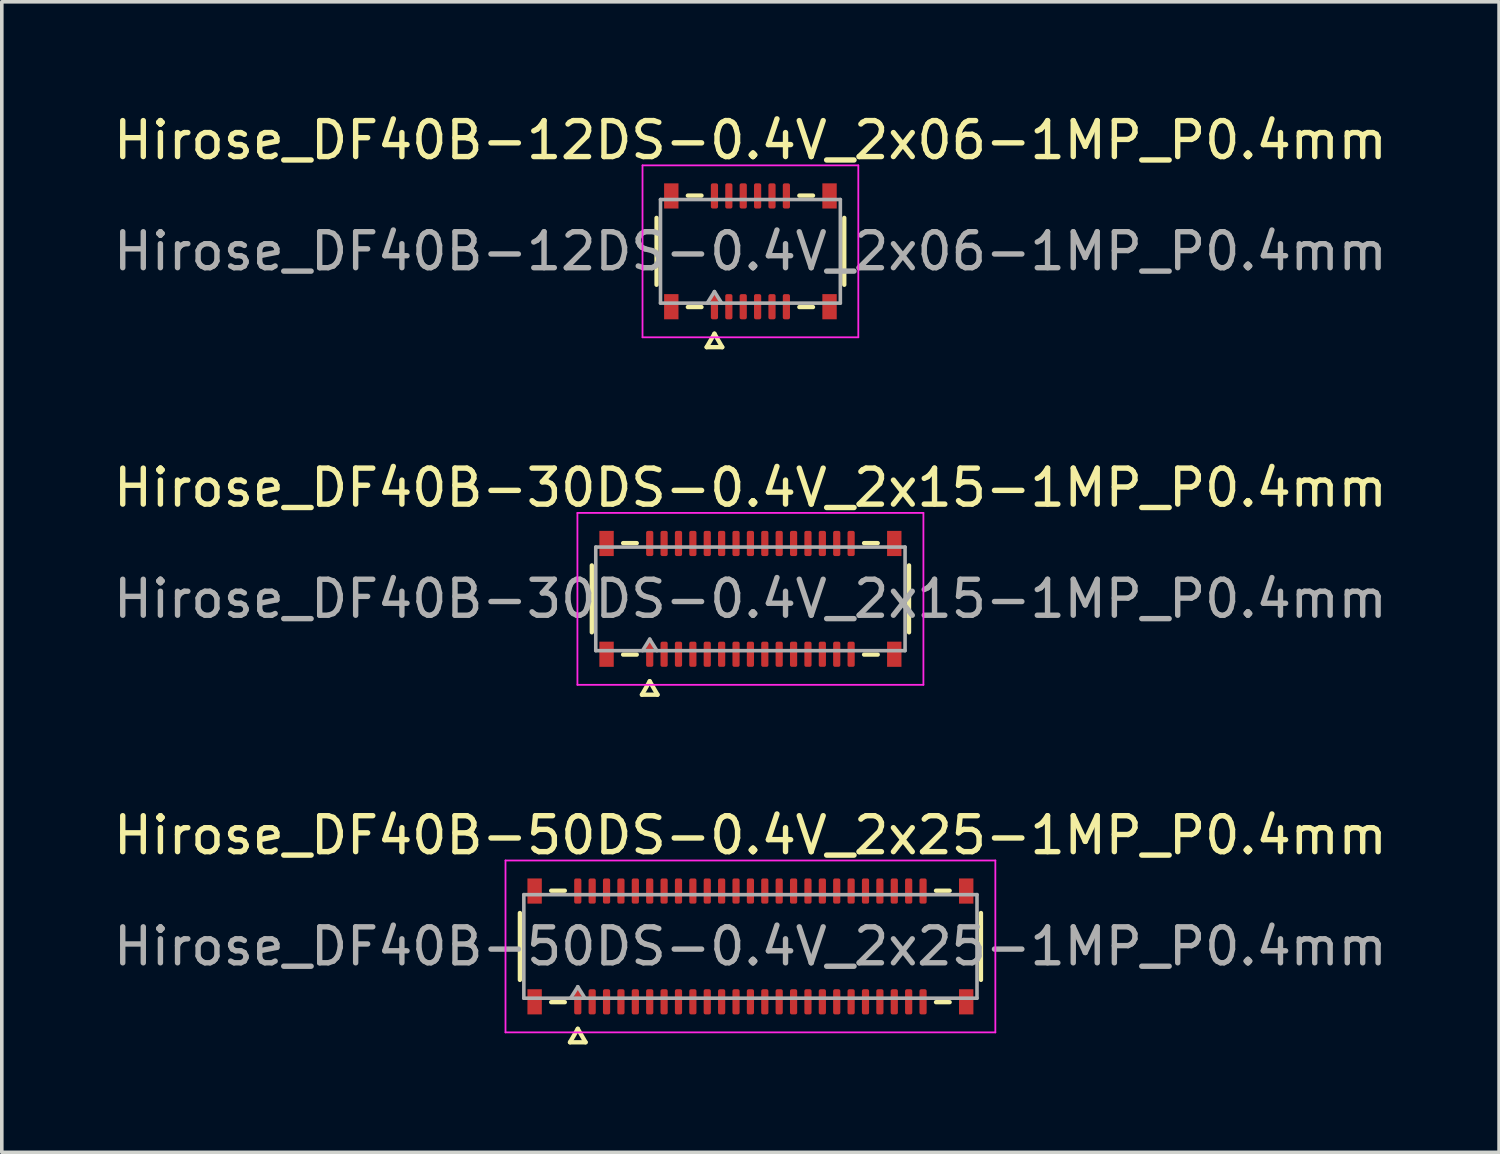
<source format=kicad_pcb>
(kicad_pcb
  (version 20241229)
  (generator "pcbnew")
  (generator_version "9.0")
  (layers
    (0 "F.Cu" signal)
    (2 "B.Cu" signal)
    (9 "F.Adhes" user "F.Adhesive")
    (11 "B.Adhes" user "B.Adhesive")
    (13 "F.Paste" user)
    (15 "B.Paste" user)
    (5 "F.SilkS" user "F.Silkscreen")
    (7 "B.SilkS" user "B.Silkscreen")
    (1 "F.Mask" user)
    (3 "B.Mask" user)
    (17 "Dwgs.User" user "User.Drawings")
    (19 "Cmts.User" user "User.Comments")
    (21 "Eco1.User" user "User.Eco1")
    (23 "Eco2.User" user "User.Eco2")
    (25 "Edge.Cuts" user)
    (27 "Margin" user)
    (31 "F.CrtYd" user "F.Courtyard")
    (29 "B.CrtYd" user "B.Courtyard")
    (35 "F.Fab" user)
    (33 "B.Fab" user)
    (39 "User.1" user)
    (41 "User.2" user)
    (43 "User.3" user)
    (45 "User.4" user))
  (footprint "Hirose_DF40B-12DS-0.4V_2x06-1MP_P0.4mm"
    (layer "F.Cu")
    (at 17.815 3.938)
    (property "Reference" "Hirose_DF40B-12DS-0.4V_2x06-1MP_P0.4mm" (at 0 -3.09 0) (layer "F.SilkS") (effects (font (size 1 1) (thickness 0.15))))
    (attr smd)
    (fp_line (start -2.61 0.93) (end -2.61 -0.93) (stroke (width 0.12) (type solid)) (layer "F.SilkS"))
    (fp_line (start -1.74 -1.55) (end -1.36 -1.55) (stroke (width 0.12) (type solid)) (layer "F.SilkS"))
    (fp_line (start -1.36 1.55) (end -1.74 1.55) (stroke (width 0.12) (type solid)) (layer "F.SilkS"))
    (fp_line (start -1.217 2.665) (end -1 2.29) (stroke (width 0.12) (type solid)) (layer "F.SilkS"))
    (fp_line (start -1 2.29) (end -0.783 2.665) (stroke (width 0.12) (type solid)) (layer "F.SilkS"))
    (fp_line (start -0.783 2.665) (end -1.217 2.665) (stroke (width 0.12) (type solid)) (layer "F.SilkS"))
    (fp_line (start 1.36 -1.55) (end 1.74 -1.55) (stroke (width 0.12) (type solid)) (layer "F.SilkS"))
    (fp_line (start 1.74 1.55) (end 1.36 1.55) (stroke (width 0.12) (type solid)) (layer "F.SilkS"))
    (fp_line (start 2.61 -0.93) (end 2.61 0.93) (stroke (width 0.12) (type solid)) (layer "F.SilkS"))
    (fp_line (start -3 -2.39) (end -3 2.39) (stroke (width 0.05) (type solid)) (layer "F.CrtYd"))
    (fp_line (start -3 2.39) (end 3 2.39) (stroke (width 0.05) (type solid)) (layer "F.CrtYd"))
    (fp_line (start 3 -2.39) (end -3 -2.39) (stroke (width 0.05) (type solid)) (layer "F.CrtYd"))
    (fp_line (start 3 2.39) (end 3 -2.39) (stroke (width 0.05) (type solid)) (layer "F.CrtYd"))
    (fp_line (start -2.5 -1.44) (end 2.5 -1.44) (stroke (width 0.1) (type solid)) (layer "F.Fab"))
    (fp_line (start -2.5 1.44) (end -2.5 -1.44) (stroke (width 0.1) (type solid)) (layer "F.Fab"))
    (fp_line (start -1.2 1.44) (end -1 1.12) (stroke (width 0.1) (type solid)) (layer "F.Fab"))
    (fp_line (start -1 1.12) (end -0.8 1.44) (stroke (width 0.1) (type solid)) (layer "F.Fab"))
    (fp_line (start 2.5 -1.44) (end 2.5 1.44) (stroke (width 0.1) (type solid)) (layer "F.Fab"))
    (fp_line (start 2.5 1.44) (end -2.5 1.44) (stroke (width 0.1) (type solid)) (layer "F.Fab"))
    (fp_text user "${REFERENCE}" (at 0 0 0) (layer "F.Fab") (effects (font (size 1 1) (thickness 0.15))))
    (pad "1" smd roundrect (at -1 1.54) (size 0.2 0.7) (layers "F.Cu" "F.Mask" "F.Paste") (roundrect_rratio 0.25))
    (pad "2" smd roundrect (at -1 -1.54) (size 0.2 0.7) (layers "F.Cu" "F.Mask" "F.Paste") (roundrect_rratio 0.25))
    (pad "3" smd roundrect (at -0.6 1.54) (size 0.2 0.7) (layers "F.Cu" "F.Mask" "F.Paste") (roundrect_rratio 0.25))
    (pad "4" smd roundrect (at -0.6 -1.54) (size 0.2 0.7) (layers "F.Cu" "F.Mask" "F.Paste") (roundrect_rratio 0.25))
    (pad "5" smd roundrect (at -0.2 1.54) (size 0.2 0.7) (layers "F.Cu" "F.Mask" "F.Paste") (roundrect_rratio 0.25))
    (pad "6" smd roundrect (at -0.2 -1.54) (size 0.2 0.7) (layers "F.Cu" "F.Mask" "F.Paste") (roundrect_rratio 0.25))
    (pad "7" smd roundrect (at 0.2 1.54) (size 0.2 0.7) (layers "F.Cu" "F.Mask" "F.Paste") (roundrect_rratio 0.25))
    (pad "8" smd roundrect (at 0.2 -1.54) (size 0.2 0.7) (layers "F.Cu" "F.Mask" "F.Paste") (roundrect_rratio 0.25))
    (pad "9" smd roundrect (at 0.6 1.54) (size 0.2 0.7) (layers "F.Cu" "F.Mask" "F.Paste") (roundrect_rratio 0.25))
    (pad "10" smd roundrect (at 0.6 -1.54) (size 0.2 0.7) (layers "F.Cu" "F.Mask" "F.Paste") (roundrect_rratio 0.25))
    (pad "11" smd roundrect (at 1 1.54) (size 0.2 0.7) (layers "F.Cu" "F.Mask" "F.Paste") (roundrect_rratio 0.25))
    (pad "12" smd roundrect (at 1 -1.54) (size 0.2 0.7) (layers "F.Cu" "F.Mask" "F.Paste") (roundrect_rratio 0.25))
    (pad "MP" smd rect (at -2.2 -1.54) (size 0.4 0.7) (layers "F.Cu" "F.Mask" "F.Paste"))
    (pad "MP" smd rect (at -2.2 1.54) (size 0.4 0.7) (layers "F.Cu" "F.Mask" "F.Paste"))
    (pad "MP" smd rect (at 2.2 -1.54) (size 0.4 0.7) (layers "F.Cu" "F.Mask" "F.Paste"))
    (pad "MP" smd rect (at 2.2 1.54) (size 0.4 0.7) (layers "F.Cu" "F.Mask" "F.Paste")))
  (footprint "Hirose_DF40B-30DS-0.4V_2x15-1MP_P0.4mm"
    (layer "F.Cu")
    (at 17.815 13.601)
    (property "Reference" "Hirose_DF40B-30DS-0.4V_2x15-1MP_P0.4mm" (at 0 -3.09 0) (layer "F.SilkS") (effects (font (size 1 1) (thickness 0.15))))
    (attr smd)
    (fp_line (start -4.41 0.93) (end -4.41 -0.93) (stroke (width 0.12) (type solid)) (layer "F.SilkS"))
    (fp_line (start -3.54 -1.55) (end -3.16 -1.55) (stroke (width 0.12) (type solid)) (layer "F.SilkS"))
    (fp_line (start -3.16 1.55) (end -3.54 1.55) (stroke (width 0.12) (type solid)) (layer "F.SilkS"))
    (fp_line (start -3.017 2.665) (end -2.8 2.29) (stroke (width 0.12) (type solid)) (layer "F.SilkS"))
    (fp_line (start -2.8 2.29) (end -2.583 2.665) (stroke (width 0.12) (type solid)) (layer "F.SilkS"))
    (fp_line (start -2.583 2.665) (end -3.017 2.665) (stroke (width 0.12) (type solid)) (layer "F.SilkS"))
    (fp_line (start 3.16 -1.55) (end 3.54 -1.55) (stroke (width 0.12) (type solid)) (layer "F.SilkS"))
    (fp_line (start 3.54 1.55) (end 3.16 1.55) (stroke (width 0.12) (type solid)) (layer "F.SilkS"))
    (fp_line (start 4.41 -0.93) (end 4.41 0.93) (stroke (width 0.12) (type solid)) (layer "F.SilkS"))
    (fp_line (start -4.81 -2.39) (end -4.81 2.39) (stroke (width 0.05) (type solid)) (layer "F.CrtYd"))
    (fp_line (start -4.81 2.39) (end 4.81 2.39) (stroke (width 0.05) (type solid)) (layer "F.CrtYd"))
    (fp_line (start 4.81 -2.39) (end -4.81 -2.39) (stroke (width 0.05) (type solid)) (layer "F.CrtYd"))
    (fp_line (start 4.81 2.39) (end 4.81 -2.39) (stroke (width 0.05) (type solid)) (layer "F.CrtYd"))
    (fp_line (start -4.3 -1.44) (end 4.3 -1.44) (stroke (width 0.1) (type solid)) (layer "F.Fab"))
    (fp_line (start -4.3 1.44) (end -4.3 -1.44) (stroke (width 0.1) (type solid)) (layer "F.Fab"))
    (fp_line (start -3 1.44) (end -2.8 1.12) (stroke (width 0.1) (type solid)) (layer "F.Fab"))
    (fp_line (start -2.8 1.12) (end -2.6 1.44) (stroke (width 0.1) (type solid)) (layer "F.Fab"))
    (fp_line (start 4.3 -1.44) (end 4.3 1.44) (stroke (width 0.1) (type solid)) (layer "F.Fab"))
    (fp_line (start 4.3 1.44) (end -4.3 1.44) (stroke (width 0.1) (type solid)) (layer "F.Fab"))
    (fp_text user "${REFERENCE}" (at 0 0 0) (layer "F.Fab") (effects (font (size 1 1) (thickness 0.15))))
    (pad "1" smd roundrect (at -2.8 1.54) (size 0.2 0.7) (layers "F.Cu" "F.Mask" "F.Paste") (roundrect_rratio 0.25))
    (pad "2" smd roundrect (at -2.8 -1.54) (size 0.2 0.7) (layers "F.Cu" "F.Mask" "F.Paste") (roundrect_rratio 0.25))
    (pad "3" smd roundrect (at -2.4 1.54) (size 0.2 0.7) (layers "F.Cu" "F.Mask" "F.Paste") (roundrect_rratio 0.25))
    (pad "4" smd roundrect (at -2.4 -1.54) (size 0.2 0.7) (layers "F.Cu" "F.Mask" "F.Paste") (roundrect_rratio 0.25))
    (pad "5" smd roundrect (at -2 1.54) (size 0.2 0.7) (layers "F.Cu" "F.Mask" "F.Paste") (roundrect_rratio 0.25))
    (pad "6" smd roundrect (at -2 -1.54) (size 0.2 0.7) (layers "F.Cu" "F.Mask" "F.Paste") (roundrect_rratio 0.25))
    (pad "7" smd roundrect (at -1.6 1.54) (size 0.2 0.7) (layers "F.Cu" "F.Mask" "F.Paste") (roundrect_rratio 0.25))
    (pad "8" smd roundrect (at -1.6 -1.54) (size 0.2 0.7) (layers "F.Cu" "F.Mask" "F.Paste") (roundrect_rratio 0.25))
    (pad "9" smd roundrect (at -1.2 1.54) (size 0.2 0.7) (layers "F.Cu" "F.Mask" "F.Paste") (roundrect_rratio 0.25))
    (pad "10" smd roundrect (at -1.2 -1.54) (size 0.2 0.7) (layers "F.Cu" "F.Mask" "F.Paste") (roundrect_rratio 0.25))
    (pad "11" smd roundrect (at -0.8 1.54) (size 0.2 0.7) (layers "F.Cu" "F.Mask" "F.Paste") (roundrect_rratio 0.25))
    (pad "12" smd roundrect (at -0.8 -1.54) (size 0.2 0.7) (layers "F.Cu" "F.Mask" "F.Paste") (roundrect_rratio 0.25))
    (pad "13" smd roundrect (at -0.4 1.54) (size 0.2 0.7) (layers "F.Cu" "F.Mask" "F.Paste") (roundrect_rratio 0.25))
    (pad "14" smd roundrect (at -0.4 -1.54) (size 0.2 0.7) (layers "F.Cu" "F.Mask" "F.Paste") (roundrect_rratio 0.25))
    (pad "15" smd roundrect (at 0 1.54) (size 0.2 0.7) (layers "F.Cu" "F.Mask" "F.Paste") (roundrect_rratio 0.25))
    (pad "16" smd roundrect (at 0 -1.54) (size 0.2 0.7) (layers "F.Cu" "F.Mask" "F.Paste") (roundrect_rratio 0.25))
    (pad "17" smd roundrect (at 0.4 1.54) (size 0.2 0.7) (layers "F.Cu" "F.Mask" "F.Paste") (roundrect_rratio 0.25))
    (pad "18" smd roundrect (at 0.4 -1.54) (size 0.2 0.7) (layers "F.Cu" "F.Mask" "F.Paste") (roundrect_rratio 0.25))
    (pad "19" smd roundrect (at 0.8 1.54) (size 0.2 0.7) (layers "F.Cu" "F.Mask" "F.Paste") (roundrect_rratio 0.25))
    (pad "20" smd roundrect (at 0.8 -1.54) (size 0.2 0.7) (layers "F.Cu" "F.Mask" "F.Paste") (roundrect_rratio 0.25))
    (pad "21" smd roundrect (at 1.2 1.54) (size 0.2 0.7) (layers "F.Cu" "F.Mask" "F.Paste") (roundrect_rratio 0.25))
    (pad "22" smd roundrect (at 1.2 -1.54) (size 0.2 0.7) (layers "F.Cu" "F.Mask" "F.Paste") (roundrect_rratio 0.25))
    (pad "23" smd roundrect (at 1.6 1.54) (size 0.2 0.7) (layers "F.Cu" "F.Mask" "F.Paste") (roundrect_rratio 0.25))
    (pad "24" smd roundrect (at 1.6 -1.54) (size 0.2 0.7) (layers "F.Cu" "F.Mask" "F.Paste") (roundrect_rratio 0.25))
    (pad "25" smd roundrect (at 2 1.54) (size 0.2 0.7) (layers "F.Cu" "F.Mask" "F.Paste") (roundrect_rratio 0.25))
    (pad "26" smd roundrect (at 2 -1.54) (size 0.2 0.7) (layers "F.Cu" "F.Mask" "F.Paste") (roundrect_rratio 0.25))
    (pad "27" smd roundrect (at 2.4 1.54) (size 0.2 0.7) (layers "F.Cu" "F.Mask" "F.Paste") (roundrect_rratio 0.25))
    (pad "28" smd roundrect (at 2.4 -1.54) (size 0.2 0.7) (layers "F.Cu" "F.Mask" "F.Paste") (roundrect_rratio 0.25))
    (pad "29" smd roundrect (at 2.8 1.54) (size 0.2 0.7) (layers "F.Cu" "F.Mask" "F.Paste") (roundrect_rratio 0.25))
    (pad "30" smd roundrect (at 2.8 -1.54) (size 0.2 0.7) (layers "F.Cu" "F.Mask" "F.Paste") (roundrect_rratio 0.25))
    (pad "MP" smd rect (at -4 -1.54) (size 0.4 0.7) (layers "F.Cu" "F.Mask" "F.Paste"))
    (pad "MP" smd rect (at -4 1.54) (size 0.4 0.7) (layers "F.Cu" "F.Mask" "F.Paste"))
    (pad "MP" smd rect (at 4 -1.54) (size 0.4 0.7) (layers "F.Cu" "F.Mask" "F.Paste"))
    (pad "MP" smd rect (at 4 1.54) (size 0.4 0.7) (layers "F.Cu" "F.Mask" "F.Paste")))
  (footprint "Hirose_DF40B-50DS-0.4V_2x25-1MP_P0.4mm"
    (layer "F.Cu")
    (at 17.815 23.265)
    (property "Reference" "Hirose_DF40B-50DS-0.4V_2x25-1MP_P0.4mm" (at 0 -3.09 0) (layer "F.SilkS") (effects (font (size 1 1) (thickness 0.15))))
    (attr smd)
    (fp_line (start -6.41 0.93) (end -6.41 -0.93) (stroke (width 0.12) (type solid)) (layer "F.SilkS"))
    (fp_line (start -5.54 -1.55) (end -5.16 -1.55) (stroke (width 0.12) (type solid)) (layer "F.SilkS"))
    (fp_line (start -5.16 1.55) (end -5.54 1.55) (stroke (width 0.12) (type solid)) (layer "F.SilkS"))
    (fp_line (start -5.017 2.665) (end -4.8 2.29) (stroke (width 0.12) (type solid)) (layer "F.SilkS"))
    (fp_line (start -4.8 2.29) (end -4.583 2.665) (stroke (width 0.12) (type solid)) (layer "F.SilkS"))
    (fp_line (start -4.583 2.665) (end -5.017 2.665) (stroke (width 0.12) (type solid)) (layer "F.SilkS"))
    (fp_line (start 5.16 -1.55) (end 5.54 -1.55) (stroke (width 0.12) (type solid)) (layer "F.SilkS"))
    (fp_line (start 5.54 1.55) (end 5.16 1.55) (stroke (width 0.12) (type solid)) (layer "F.SilkS"))
    (fp_line (start 6.41 -0.93) (end 6.41 0.93) (stroke (width 0.12) (type solid)) (layer "F.SilkS"))
    (fp_line (start -6.81 -2.39) (end -6.81 2.39) (stroke (width 0.05) (type solid)) (layer "F.CrtYd"))
    (fp_line (start -6.81 2.39) (end 6.81 2.39) (stroke (width 0.05) (type solid)) (layer "F.CrtYd"))
    (fp_line (start 6.81 -2.39) (end -6.81 -2.39) (stroke (width 0.05) (type solid)) (layer "F.CrtYd"))
    (fp_line (start 6.81 2.39) (end 6.81 -2.39) (stroke (width 0.05) (type solid)) (layer "F.CrtYd"))
    (fp_line (start -6.3 -1.44) (end 6.3 -1.44) (stroke (width 0.1) (type solid)) (layer "F.Fab"))
    (fp_line (start -6.3 1.44) (end -6.3 -1.44) (stroke (width 0.1) (type solid)) (layer "F.Fab"))
    (fp_line (start -5 1.44) (end -4.8 1.12) (stroke (width 0.1) (type solid)) (layer "F.Fab"))
    (fp_line (start -4.8 1.12) (end -4.6 1.44) (stroke (width 0.1) (type solid)) (layer "F.Fab"))
    (fp_line (start 6.3 -1.44) (end 6.3 1.44) (stroke (width 0.1) (type solid)) (layer "F.Fab"))
    (fp_line (start 6.3 1.44) (end -6.3 1.44) (stroke (width 0.1) (type solid)) (layer "F.Fab"))
    (fp_text user "${REFERENCE}" (at 0 0 0) (layer "F.Fab") (effects (font (size 1 1) (thickness 0.15))))
    (pad "1" smd roundrect (at -4.8 1.54) (size 0.2 0.7) (layers "F.Cu" "F.Mask" "F.Paste") (roundrect_rratio 0.25))
    (pad "2" smd roundrect (at -4.8 -1.54) (size 0.2 0.7) (layers "F.Cu" "F.Mask" "F.Paste") (roundrect_rratio 0.25))
    (pad "3" smd roundrect (at -4.4 1.54) (size 0.2 0.7) (layers "F.Cu" "F.Mask" "F.Paste") (roundrect_rratio 0.25))
    (pad "4" smd roundrect (at -4.4 -1.54) (size 0.2 0.7) (layers "F.Cu" "F.Mask" "F.Paste") (roundrect_rratio 0.25))
    (pad "5" smd roundrect (at -4 1.54) (size 0.2 0.7) (layers "F.Cu" "F.Mask" "F.Paste") (roundrect_rratio 0.25))
    (pad "6" smd roundrect (at -4 -1.54) (size 0.2 0.7) (layers "F.Cu" "F.Mask" "F.Paste") (roundrect_rratio 0.25))
    (pad "7" smd roundrect (at -3.6 1.54) (size 0.2 0.7) (layers "F.Cu" "F.Mask" "F.Paste") (roundrect_rratio 0.25))
    (pad "8" smd roundrect (at -3.6 -1.54) (size 0.2 0.7) (layers "F.Cu" "F.Mask" "F.Paste") (roundrect_rratio 0.25))
    (pad "9" smd roundrect (at -3.2 1.54) (size 0.2 0.7) (layers "F.Cu" "F.Mask" "F.Paste") (roundrect_rratio 0.25))
    (pad "10" smd roundrect (at -3.2 -1.54) (size 0.2 0.7) (layers "F.Cu" "F.Mask" "F.Paste") (roundrect_rratio 0.25))
    (pad "11" smd roundrect (at -2.8 1.54) (size 0.2 0.7) (layers "F.Cu" "F.Mask" "F.Paste") (roundrect_rratio 0.25))
    (pad "12" smd roundrect (at -2.8 -1.54) (size 0.2 0.7) (layers "F.Cu" "F.Mask" "F.Paste") (roundrect_rratio 0.25))
    (pad "13" smd roundrect (at -2.4 1.54) (size 0.2 0.7) (layers "F.Cu" "F.Mask" "F.Paste") (roundrect_rratio 0.25))
    (pad "14" smd roundrect (at -2.4 -1.54) (size 0.2 0.7) (layers "F.Cu" "F.Mask" "F.Paste") (roundrect_rratio 0.25))
    (pad "15" smd roundrect (at -2 1.54) (size 0.2 0.7) (layers "F.Cu" "F.Mask" "F.Paste") (roundrect_rratio 0.25))
    (pad "16" smd roundrect (at -2 -1.54) (size 0.2 0.7) (layers "F.Cu" "F.Mask" "F.Paste") (roundrect_rratio 0.25))
    (pad "17" smd roundrect (at -1.6 1.54) (size 0.2 0.7) (layers "F.Cu" "F.Mask" "F.Paste") (roundrect_rratio 0.25))
    (pad "18" smd roundrect (at -1.6 -1.54) (size 0.2 0.7) (layers "F.Cu" "F.Mask" "F.Paste") (roundrect_rratio 0.25))
    (pad "19" smd roundrect (at -1.2 1.54) (size 0.2 0.7) (layers "F.Cu" "F.Mask" "F.Paste") (roundrect_rratio 0.25))
    (pad "20" smd roundrect (at -1.2 -1.54) (size 0.2 0.7) (layers "F.Cu" "F.Mask" "F.Paste") (roundrect_rratio 0.25))
    (pad "21" smd roundrect (at -0.8 1.54) (size 0.2 0.7) (layers "F.Cu" "F.Mask" "F.Paste") (roundrect_rratio 0.25))
    (pad "22" smd roundrect (at -0.8 -1.54) (size 0.2 0.7) (layers "F.Cu" "F.Mask" "F.Paste") (roundrect_rratio 0.25))
    (pad "23" smd roundrect (at -0.4 1.54) (size 0.2 0.7) (layers "F.Cu" "F.Mask" "F.Paste") (roundrect_rratio 0.25))
    (pad "24" smd roundrect (at -0.4 -1.54) (size 0.2 0.7) (layers "F.Cu" "F.Mask" "F.Paste") (roundrect_rratio 0.25))
    (pad "25" smd roundrect (at 0 1.54) (size 0.2 0.7) (layers "F.Cu" "F.Mask" "F.Paste") (roundrect_rratio 0.25))
    (pad "26" smd roundrect (at 0 -1.54) (size 0.2 0.7) (layers "F.Cu" "F.Mask" "F.Paste") (roundrect_rratio 0.25))
    (pad "27" smd roundrect (at 0.4 1.54) (size 0.2 0.7) (layers "F.Cu" "F.Mask" "F.Paste") (roundrect_rratio 0.25))
    (pad "28" smd roundrect (at 0.4 -1.54) (size 0.2 0.7) (layers "F.Cu" "F.Mask" "F.Paste") (roundrect_rratio 0.25))
    (pad "29" smd roundrect (at 0.8 1.54) (size 0.2 0.7) (layers "F.Cu" "F.Mask" "F.Paste") (roundrect_rratio 0.25))
    (pad "30" smd roundrect (at 0.8 -1.54) (size 0.2 0.7) (layers "F.Cu" "F.Mask" "F.Paste") (roundrect_rratio 0.25))
    (pad "31" smd roundrect (at 1.2 1.54) (size 0.2 0.7) (layers "F.Cu" "F.Mask" "F.Paste") (roundrect_rratio 0.25))
    (pad "32" smd roundrect (at 1.2 -1.54) (size 0.2 0.7) (layers "F.Cu" "F.Mask" "F.Paste") (roundrect_rratio 0.25))
    (pad "33" smd roundrect (at 1.6 1.54) (size 0.2 0.7) (layers "F.Cu" "F.Mask" "F.Paste") (roundrect_rratio 0.25))
    (pad "34" smd roundrect (at 1.6 -1.54) (size 0.2 0.7) (layers "F.Cu" "F.Mask" "F.Paste") (roundrect_rratio 0.25))
    (pad "35" smd roundrect (at 2 1.54) (size 0.2 0.7) (layers "F.Cu" "F.Mask" "F.Paste") (roundrect_rratio 0.25))
    (pad "36" smd roundrect (at 2 -1.54) (size 0.2 0.7) (layers "F.Cu" "F.Mask" "F.Paste") (roundrect_rratio 0.25))
    (pad "37" smd roundrect (at 2.4 1.54) (size 0.2 0.7) (layers "F.Cu" "F.Mask" "F.Paste") (roundrect_rratio 0.25))
    (pad "38" smd roundrect (at 2.4 -1.54) (size 0.2 0.7) (layers "F.Cu" "F.Mask" "F.Paste") (roundrect_rratio 0.25))
    (pad "39" smd roundrect (at 2.8 1.54) (size 0.2 0.7) (layers "F.Cu" "F.Mask" "F.Paste") (roundrect_rratio 0.25))
    (pad "40" smd roundrect (at 2.8 -1.54) (size 0.2 0.7) (layers "F.Cu" "F.Mask" "F.Paste") (roundrect_rratio 0.25))
    (pad "41" smd roundrect (at 3.2 1.54) (size 0.2 0.7) (layers "F.Cu" "F.Mask" "F.Paste") (roundrect_rratio 0.25))
    (pad "42" smd roundrect (at 3.2 -1.54) (size 0.2 0.7) (layers "F.Cu" "F.Mask" "F.Paste") (roundrect_rratio 0.25))
    (pad "43" smd roundrect (at 3.6 1.54) (size 0.2 0.7) (layers "F.Cu" "F.Mask" "F.Paste") (roundrect_rratio 0.25))
    (pad "44" smd roundrect (at 3.6 -1.54) (size 0.2 0.7) (layers "F.Cu" "F.Mask" "F.Paste") (roundrect_rratio 0.25))
    (pad "45" smd roundrect (at 4 1.54) (size 0.2 0.7) (layers "F.Cu" "F.Mask" "F.Paste") (roundrect_rratio 0.25))
    (pad "46" smd roundrect (at 4 -1.54) (size 0.2 0.7) (layers "F.Cu" "F.Mask" "F.Paste") (roundrect_rratio 0.25))
    (pad "47" smd roundrect (at 4.4 1.54) (size 0.2 0.7) (layers "F.Cu" "F.Mask" "F.Paste") (roundrect_rratio 0.25))
    (pad "48" smd roundrect (at 4.4 -1.54) (size 0.2 0.7) (layers "F.Cu" "F.Mask" "F.Paste") (roundrect_rratio 0.25))
    (pad "49" smd roundrect (at 4.8 1.54) (size 0.2 0.7) (layers "F.Cu" "F.Mask" "F.Paste") (roundrect_rratio 0.25))
    (pad "50" smd roundrect (at 4.8 -1.54) (size 0.2 0.7) (layers "F.Cu" "F.Mask" "F.Paste") (roundrect_rratio 0.25))
    (pad "MP" smd rect (at -6 -1.54) (size 0.4 0.7) (layers "F.Cu" "F.Mask" "F.Paste"))
    (pad "MP" smd rect (at -6 1.54) (size 0.4 0.7) (layers "F.Cu" "F.Mask" "F.Paste"))
    (pad "MP" smd rect (at 6 -1.54) (size 0.4 0.7) (layers "F.Cu" "F.Mask" "F.Paste"))
    (pad "MP" smd rect (at 6 1.54) (size 0.4 0.7) (layers "F.Cu" "F.Mask" "F.Paste")))
  (gr_rect
    (start -3 -3)
    (end 38.631 28.99)
    (stroke (width 0.1) (type default))
    (fill no)
    (layer "Edge.Cuts")))
</source>
